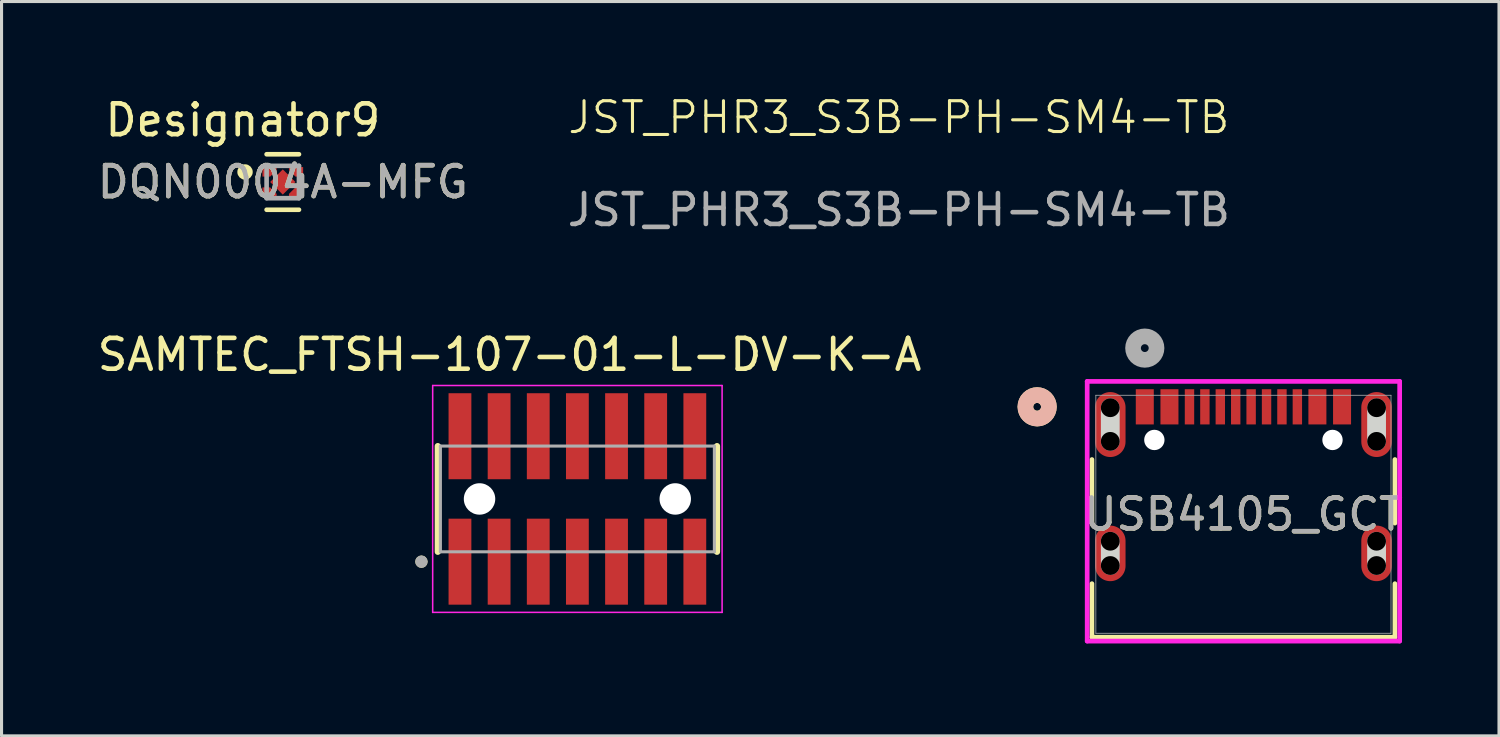
<source format=kicad_pcb>
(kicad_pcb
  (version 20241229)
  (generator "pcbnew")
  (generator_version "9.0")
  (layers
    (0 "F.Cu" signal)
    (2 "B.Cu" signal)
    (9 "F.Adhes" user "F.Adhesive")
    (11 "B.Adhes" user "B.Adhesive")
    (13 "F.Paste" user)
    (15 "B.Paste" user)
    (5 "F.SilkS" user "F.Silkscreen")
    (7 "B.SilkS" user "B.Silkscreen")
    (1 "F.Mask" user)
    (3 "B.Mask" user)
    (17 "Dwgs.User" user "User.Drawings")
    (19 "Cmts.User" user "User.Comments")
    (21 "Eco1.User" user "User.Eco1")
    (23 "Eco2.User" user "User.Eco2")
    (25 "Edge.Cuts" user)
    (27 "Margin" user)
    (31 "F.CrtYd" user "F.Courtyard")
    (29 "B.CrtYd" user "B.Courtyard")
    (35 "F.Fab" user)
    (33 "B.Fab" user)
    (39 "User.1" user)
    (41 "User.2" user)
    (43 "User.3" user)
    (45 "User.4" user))
  (footprint "DQN0004A-MFG"
    (layer "F.Cu")
    (at 6.125 2.855)
    (property "Reference" "DQN0004A-MFG" (at 0 0 0) (unlocked yes) (layer "F.SilkS") (effects (font (size 1 1) (thickness 0.15))))
    (attr smd)
    (fp_poly (pts (xy -0.66 -0.485) (xy -0.2 -0.485) (xy -0.2 -0.385) (xy -0.41 -0.175) (xy -0.66 -0.175)) (stroke (width 0) (type solid)) (fill yes) (layer "F.Cu"))
    (fp_poly (pts (xy -0.66 0.485) (xy -0.2 0.485) (xy -0.2 0.385) (xy -0.41 0.175) (xy -0.66 0.175)) (stroke (width 0) (type solid)) (fill yes) (layer "F.Cu"))
    (fp_poly (pts (xy 0.66 -0.485) (xy 0.2 -0.485) (xy 0.2 -0.385) (xy 0.41 -0.175) (xy 0.66 -0.175)) (stroke (width 0) (type solid)) (fill yes) (layer "F.Cu"))
    (fp_poly (pts (xy 0.66 0.485) (xy 0.2 0.485) (xy 0.2 0.385) (xy 0.41 0.175) (xy 0.66 0.175)) (stroke (width 0) (type solid)) (fill yes) (layer "F.Cu"))
    (fp_poly (pts (xy -0.61 -0.435) (xy -0.25 -0.435) (xy -0.25 -0.405) (xy -0.43 -0.225) (xy -0.61 -0.225)) (stroke (width 0) (type solid)) (fill yes) (layer "F.Mask"))
    (fp_poly (pts (xy -0.61 0.435) (xy -0.25 0.435) (xy -0.25 0.405) (xy -0.43 0.225) (xy -0.61 0.225)) (stroke (width 0) (type solid)) (fill yes) (layer "F.Mask"))
    (fp_poly (pts (xy 0.61 -0.435) (xy 0.25 -0.435) (xy 0.25 -0.405) (xy 0.43 -0.225) (xy 0.61 -0.225)) (stroke (width 0) (type solid)) (fill yes) (layer "F.Mask"))
    (fp_poly (pts (xy 0.61 0.435) (xy 0.25 0.435) (xy 0.25 0.405) (xy 0.43 0.225) (xy 0.61 0.225)) (stroke (width 0) (type solid)) (fill yes) (layer "F.Mask"))
    (fp_poly (pts (xy -0.304 -0.035) (xy -0.035 -0.304) (xy 0.035 -0.304) (xy 0.304 -0.035) (xy 0.304 0.035) (xy 0.035 0.304) (xy -0.035 0.304) (xy -0.304 0.035)) (stroke (width 0) (type solid)) (fill yes) (layer "F.Mask"))
    (fp_line (start -0.525 -0.9) (end 0.525 -0.9) (stroke (width 0.15) (type solid)) (layer "F.SilkS"))
    (fp_line (start -0.525 0.9) (end 0.525 0.9) (stroke (width 0.15) (type solid)) (layer "F.SilkS"))
    (fp_circle (center -1.225 -0.325) (end -1.1 -0.325) (stroke (width 0.25) (type solid)) (fill no) (layer "F.SilkS"))
    (fp_poly (pts (xy -0.65 -0.435) (xy -0.25 -0.435) (xy -0.25 -0.405) (xy -0.43 -0.225) (xy -0.65 -0.225)) (stroke (width 0) (type solid)) (fill yes) (layer "F.Paste"))
    (fp_poly (pts (xy -0.65 0.435) (xy -0.25 0.435) (xy -0.25 0.405) (xy -0.43 0.225) (xy -0.65 0.225)) (stroke (width 0) (type solid)) (fill yes) (layer "F.Paste"))
    (fp_poly (pts (xy 0.65 -0.435) (xy 0.25 -0.435) (xy 0.25 -0.405) (xy 0.43 -0.225) (xy 0.65 -0.225)) (stroke (width 0) (type solid)) (fill yes) (layer "F.Paste"))
    (fp_poly (pts (xy 0.65 0.435) (xy 0.25 0.435) (xy 0.25 0.405) (xy 0.43 0.225) (xy 0.65 0.225)) (stroke (width 0) (type solid)) (fill yes) (layer "F.Paste"))
    (fp_poly (pts (xy 0.283 0.035) (xy 0.035 0.283) (xy -0.035 0.283) (xy -0.283 0.035) (xy -0.283 -0.035) (xy -0.035 -0.283) (xy 0.035 -0.283) (xy 0.283 -0.035)) (stroke (width 0) (type solid)) (fill yes) (layer "F.Paste"))
    (fp_line (start -0.525 -0.525) (end 0.525 -0.525) (stroke (width 0.15) (type solid)) (layer "F.Fab"))
    (fp_line (start -0.525 0.525) (end -0.525 -0.525) (stroke (width 0.15) (type solid)) (layer "F.Fab"))
    (fp_line (start -0.525 0.525) (end 0.525 0.525) (stroke (width 0.15) (type solid)) (layer "F.Fab"))
    (fp_line (start 0.525 0.525) (end 0.525 -0.525) (stroke (width 0.15) (type solid)) (layer "F.Fab"))
    (fp_text user "Designator9" (at -1.295 -2.007 0) (unlocked yes) (layer "F.SilkS") (effects (font (size 1 1) (thickness 0.15))))
    (fp_text user "${REFERENCE}" (at 0 0 0) (unlocked yes) (layer "F.Fab") (effects (font (size 1 1) (thickness 0.15))))
    (pad "1" smd circle (at -0.505 -0.33) (size 0.279 0.279) (layers "F.Cu"))
    (pad "2" smd circle (at -0.505 0.33) (size 0.279 0.279) (layers "F.Cu"))
    (pad "3" smd circle (at 0.459 0.346) (size 0.251 0.251) (layers "F.Cu"))
    (pad "4" smd circle (at 0.459 -0.346) (size 0.251 0.251) (layers "F.Cu"))
    (pad "5" smd rect (at 0 0 315) (size 0.58 0.58) (layers "F.Cu")))
  (footprint "USB4105_GCT"
    (layer "F.Cu")
    (at 37.292 13.635)
    (property "Reference" "USB4105_GCT" (at 0 0 0) (unlocked yes) (layer "F.SilkS") (effects (font (size 1 1) (thickness 0.15))))
    (attr smd)
    (fp_line (start -4.915 -1.776) (end -4.915 0.287) (stroke (width 0.152) (type solid)) (layer "F.SilkS"))
    (fp_line (start -4.915 2.252) (end -4.915 3.988) (stroke (width 0.152) (type solid)) (layer "F.SilkS"))
    (fp_line (start -4.915 3.988) (end 4.915 3.988) (stroke (width 0.152) (type solid)) (layer "F.SilkS"))
    (fp_line (start 4.915 0.287) (end 4.915 -1.776) (stroke (width 0.152) (type solid)) (layer "F.SilkS"))
    (fp_line (start 4.915 3.988) (end 4.915 2.252) (stroke (width 0.152) (type solid)) (layer "F.SilkS"))
    (fp_circle (center -6.693 -3.486) (end -6.312 -3.486) (stroke (width 0.508) (type solid)) (fill no) (layer "F.SilkS"))
    (fp_circle (center -6.693 -3.486) (end -6.312 -3.486) (stroke (width 0.508) (type solid)) (fill no) (layer "B.SilkS"))
    (fp_line (start -4.32 -2.365) (end -4.32 -3.457) (stroke (width 0.61) (type solid)) (layer "Edge.Cuts"))
    (fp_line (start -4.32 1.663) (end -4.32 0.875) (stroke (width 0.61) (type solid)) (layer "Edge.Cuts"))
    (fp_line (start 4.32 -2.365) (end 4.32 -3.457) (stroke (width 0.61) (type solid)) (layer "Edge.Cuts"))
    (fp_line (start 4.32 1.663) (end 4.32 0.875) (stroke (width 0.61) (type solid)) (layer "Edge.Cuts"))
    (fp_line (start -5.069 -4.311) (end -5.069 4.115) (stroke (width 0.152) (type solid)) (layer "F.CrtYd"))
    (fp_line (start -5.069 4.115) (end 5.069 4.115) (stroke (width 0.152) (type solid)) (layer "F.CrtYd"))
    (fp_line (start 5.069 -4.311) (end -5.069 -4.311) (stroke (width 0.152) (type solid)) (layer "F.CrtYd"))
    (fp_line (start 5.069 4.115) (end 5.069 -4.311) (stroke (width 0.152) (type solid)) (layer "F.CrtYd"))
    (fp_line (start -4.788 -3.861) (end -4.788 3.861) (stroke (width 0.025) (type solid)) (layer "F.Fab"))
    (fp_line (start -4.788 3.861) (end 4.788 3.861) (stroke (width 0.025) (type solid)) (layer "F.Fab"))
    (fp_line (start 4.788 -3.861) (end -4.788 -3.861) (stroke (width 0.025) (type solid)) (layer "F.Fab"))
    (fp_line (start 4.788 3.861) (end 4.788 -3.861) (stroke (width 0.025) (type solid)) (layer "F.Fab"))
    (fp_circle (center -3.2 -5.391) (end -2.819 -5.391) (stroke (width 0.508) (type solid)) (fill no) (layer "F.Fab"))
    (fp_text user "${REFERENCE}" (at 0 0 0) (unlocked yes) (layer "F.Fab") (effects (font (size 1 1) (thickness 0.15))))
    (pad "" np_thru_hole circle (at -4.32 -3.457) (size 0.61 0.61) (drill 0.61) (layers))
    (pad "" np_thru_hole circle (at -4.32 -2.365) (size 0.61 0.61) (drill 0.61) (layers))
    (pad "" np_thru_hole circle (at -4.32 0.875) (size 0.61 0.61) (drill 0.61) (layers))
    (pad "" np_thru_hole circle (at -4.32 1.663) (size 0.61 0.61) (drill 0.61) (layers))
    (pad "" np_thru_hole circle (at -2.89 -2.411) (size 0.66 0.66) (drill 0.66) (layers "*.Cu" "*.Mask"))
    (pad "" np_thru_hole circle (at 2.89 -2.411) (size 0.66 0.66) (drill 0.66) (layers "*.Cu" "*.Mask"))
    (pad "" np_thru_hole circle (at 4.32 -3.457) (size 0.61 0.61) (drill 0.61) (layers))
    (pad "" np_thru_hole circle (at 4.32 -2.365) (size 0.61 0.61) (drill 0.61) (layers))
    (pad "" np_thru_hole circle (at 4.32 0.875) (size 0.61 0.61) (drill 0.61) (layers))
    (pad "" np_thru_hole circle (at 4.32 1.663) (size 0.61 0.61) (drill 0.61) (layers))
    (pad "13" smd oval (at -4.32 1.269) (size 0.991 1.803) (layers "F.Cu" "F.Mask" "F.Paste"))
    (pad "14" smd oval (at 4.32 1.269) (size 0.991 1.803) (layers "F.Cu" "F.Mask" "F.Paste"))
    (pad "15" smd oval (at -4.32 -2.911) (size 0.991 2.108) (layers "F.Cu" "F.Mask" "F.Paste"))
    (pad "16" smd oval (at 4.32 -2.911) (size 0.991 2.108) (layers "F.Cu" "F.Mask" "F.Paste"))
    (pad "A1-B12" smd rect (at -3.2 -3.486) (size 0.584 1.143) (layers "F.Cu" "F.Mask" "F.Paste"))
    (pad "A4-B9" smd rect (at -2.4 -3.486) (size 0.584 1.143) (layers "F.Cu" "F.Mask" "F.Paste"))
    (pad "A5" smd rect (at -1.25 -3.486) (size 0.305 1.143) (layers "F.Cu" "F.Mask" "F.Paste"))
    (pad "A6" smd rect (at -0.25 -3.486) (size 0.305 1.143) (layers "F.Cu" "F.Mask" "F.Paste"))
    (pad "A7" smd rect (at 0.25 -3.486) (size 0.305 1.143) (layers "F.Cu" "F.Mask" "F.Paste"))
    (pad "A8" smd rect (at 1.25 -3.486) (size 0.305 1.143) (layers "F.Cu" "F.Mask" "F.Paste"))
    (pad "B1-A12" smd rect (at 3.2 -3.486) (size 0.584 1.143) (layers "F.Cu" "F.Mask" "F.Paste"))
    (pad "B4-A9" smd rect (at 2.4 -3.486) (size 0.584 1.143) (layers "F.Cu" "F.Mask" "F.Paste"))
    (pad "B5" smd rect (at 1.75 -3.486) (size 0.305 1.143) (layers "F.Cu" "F.Mask" "F.Paste"))
    (pad "B6" smd rect (at 0.75 -3.486) (size 0.305 1.143) (layers "F.Cu" "F.Mask" "F.Paste"))
    (pad "B7" smd rect (at -0.75 -3.486) (size 0.305 1.143) (layers "F.Cu" "F.Mask" "F.Paste"))
    (pad "B8" smd rect (at -1.75 -3.486) (size 0.305 1.143) (layers "F.Cu" "F.Mask" "F.Paste")))
  (footprint "JST_PHR3_S3B-PH-SM4-TB"
    (layer "F.Cu")
    (at 26.113 1.26)
    (property "Reference" "JST_PHR3_S3B-PH-SM4-TB" (at 0 -0.5 0) (unlocked yes) (layer "F.SilkS") (effects (font (size 1 1) (thickness 0.1))))
    (attr smd)
    (fp_text user "${REFERENCE}" (at 0 2.5 0) (unlocked yes) (layer "F.Fab") (effects (font (size 1 1) (thickness 0.15)))))
  (footprint "SAMTEC_FTSH-107-01-L-DV-K-A"
    (layer "F.Cu")
    (at 15.683 13.138)
    (property "Reference" "SAMTEC_FTSH-107-01-L-DV-K-A" (at -2.201 -4.681 0) (layer "F.SilkS") (effects (font (size 1 1) (thickness 0.15))))
    (attr smd)
    (fp_line (start -4.53 -1.715) (end -4.53 1.715) (stroke (width 0.2) (type solid)) (layer "F.SilkS"))
    (fp_line (start 4.53 1.715) (end 4.53 -1.715) (stroke (width 0.2) (type solid)) (layer "F.SilkS"))
    (fp_circle (center -5.06 2.035) (end -4.96 2.035) (stroke (width 0.2) (type solid)) (fill no) (layer "F.SilkS"))
    (fp_poly (pts (xy -1.64 -3.427) (xy -0.9 -3.427) (xy -0.9 -0.637) (xy -1.64 -0.637)) (stroke (width 0.01) (type solid)) (fill yes) (layer "F.Paste"))
    (fp_poly (pts (xy -1.64 0.637) (xy -0.9 0.637) (xy -0.9 3.427) (xy -1.64 3.427)) (stroke (width 0.01) (type solid)) (fill yes) (layer "F.Paste"))
    (fp_poly (pts (xy -0.37 -3.427) (xy 0.37 -3.427) (xy 0.37 -0.637) (xy -0.37 -0.637)) (stroke (width 0.01) (type solid)) (fill yes) (layer "F.Paste"))
    (fp_poly (pts (xy -0.37 0.637) (xy 0.37 0.637) (xy 0.37 3.427) (xy -0.37 3.427)) (stroke (width 0.01) (type solid)) (fill yes) (layer "F.Paste"))
    (fp_poly (pts (xy 0.9 -3.427) (xy 1.64 -3.427) (xy 1.64 -0.637) (xy 0.9 -0.637)) (stroke (width 0.01) (type solid)) (fill yes) (layer "F.Paste"))
    (fp_poly (pts (xy 0.9 0.637) (xy 1.64 0.637) (xy 1.64 3.427) (xy 0.9 3.427)) (stroke (width 0.01) (type solid)) (fill yes) (layer "F.Paste"))
    (fp_poly (pts (xy 2.17 -3.427) (xy 2.91 -3.427) (xy 2.91 -0.637) (xy 2.17 -0.637)) (stroke (width 0.01) (type solid)) (fill yes) (layer "F.Paste"))
    (fp_poly (pts (xy 2.17 0.637) (xy 2.91 0.637) (xy 2.91 3.427) (xy 2.17 3.427)) (stroke (width 0.01) (type solid)) (fill yes) (layer "F.Paste"))
    (fp_poly (pts (xy 3.44 -3.427) (xy 4.18 -3.427) (xy 4.18 -0.637) (xy 3.44 -0.637)) (stroke (width 0.01) (type solid)) (fill yes) (layer "F.Paste"))
    (fp_poly (pts (xy 3.44 0.637) (xy 4.18 0.637) (xy 4.18 3.427) (xy 3.44 3.427)) (stroke (width 0.01) (type solid)) (fill yes) (layer "F.Paste"))
    (fp_line (start -4.695 -3.68) (end 4.695 -3.68) (stroke (width 0.05) (type solid)) (layer "F.CrtYd"))
    (fp_line (start -4.695 3.68) (end -4.695 -3.68) (stroke (width 0.05) (type solid)) (layer "F.CrtYd"))
    (fp_line (start 4.695 -3.68) (end 4.695 3.68) (stroke (width 0.05) (type solid)) (layer "F.CrtYd"))
    (fp_line (start 4.695 3.68) (end -4.695 3.68) (stroke (width 0.05) (type solid)) (layer "F.CrtYd"))
    (fp_line (start -4.445 1.715) (end -4.445 -1.715) (stroke (width 0.1) (type solid)) (layer "F.Fab"))
    (fp_line (start -4.445 1.715) (end 4.445 1.715) (stroke (width 0.1) (type solid)) (layer "F.Fab"))
    (fp_line (start 4.445 -1.715) (end -4.445 -1.715) (stroke (width 0.1) (type solid)) (layer "F.Fab"))
    (fp_line (start 4.445 1.715) (end 4.445 -1.715) (stroke (width 0.1) (type solid)) (layer "F.Fab"))
    (fp_circle (center -5.06 2.035) (end -4.96 2.035) (stroke (width 0.2) (type solid)) (fill no) (layer "F.Fab"))
    (pad "" np_thru_hole circle (at -3.175 0) (size 1.02 1.02) (drill 1.02) (layers "*.Cu" "*.Mask"))
    (pad "" np_thru_hole circle (at 3.175 0) (size 1.02 1.02) (drill 1.02) (layers "*.Cu" "*.Mask"))
    (pad "1" smd rect (at -3.81 2.035) (size 0.74 2.79) (layers "F.Cu" "F.Mask" "F.Paste"))
    (pad "2" smd rect (at -3.81 -2.035) (size 0.74 2.79) (layers "F.Cu" "F.Mask" "F.Paste"))
    (pad "3" smd rect (at -2.54 2.035) (size 0.74 2.79) (layers "F.Cu" "F.Mask" "F.Paste"))
    (pad "4" smd rect (at -2.54 -2.035) (size 0.74 2.79) (layers "F.Cu" "F.Mask" "F.Paste"))
    (pad "5" smd rect (at -1.27 2.035) (size 0.74 2.79) (layers "F.Cu" "F.Mask" "F.Paste"))
    (pad "6" smd rect (at -1.27 -2.035) (size 0.74 2.79) (layers "F.Cu" "F.Mask" "F.Paste"))
    (pad "7" smd rect (at 0 2.035) (size 0.74 2.79) (layers "F.Cu" "F.Mask" "F.Paste"))
    (pad "8" smd rect (at 0 -2.035) (size 0.74 2.79) (layers "F.Cu" "F.Mask" "F.Paste"))
    (pad "9" smd rect (at 1.27 2.035) (size 0.74 2.79) (layers "F.Cu" "F.Mask" "F.Paste"))
    (pad "10" smd rect (at 1.27 -2.035) (size 0.74 2.79) (layers "F.Cu" "F.Mask" "F.Paste"))
    (pad "11" smd rect (at 2.54 2.035) (size 0.74 2.79) (layers "F.Cu" "F.Mask" "F.Paste"))
    (pad "12" smd rect (at 2.54 -2.035) (size 0.74 2.79) (layers "F.Cu" "F.Mask" "F.Paste"))
    (pad "13" smd rect (at 3.81 2.035) (size 0.74 2.79) (layers "F.Cu" "F.Mask" "F.Paste"))
    (pad "14" smd rect (at 3.81 -2.035) (size 0.74 2.79) (layers "F.Cu" "F.Mask" "F.Paste")))
  (gr_rect
    (start -3 -3)
    (end 45.584 20.826)
    (stroke (width 0.1) (type default))
    (fill no)
    (layer "Edge.Cuts")))
</source>
